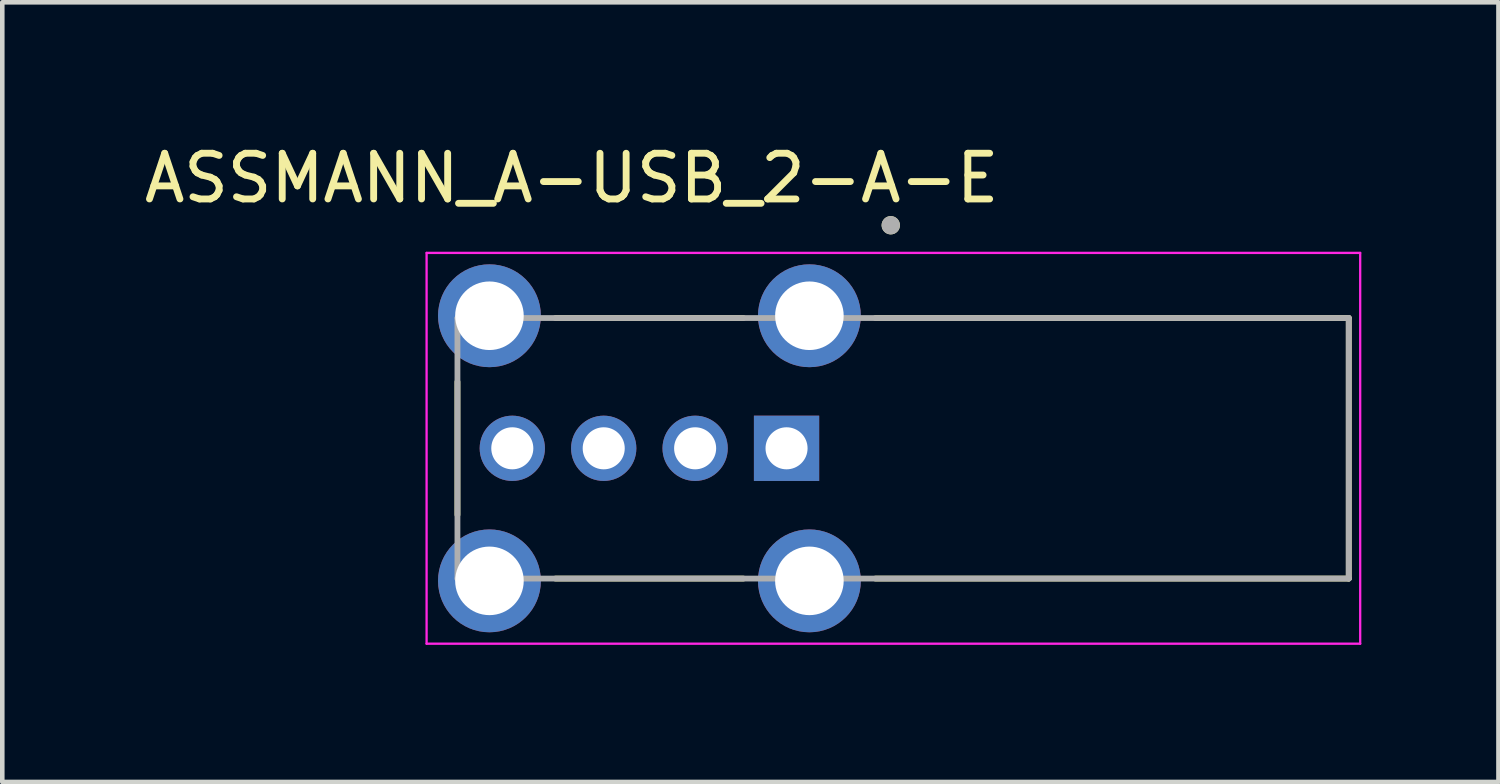
<source format=kicad_pcb>
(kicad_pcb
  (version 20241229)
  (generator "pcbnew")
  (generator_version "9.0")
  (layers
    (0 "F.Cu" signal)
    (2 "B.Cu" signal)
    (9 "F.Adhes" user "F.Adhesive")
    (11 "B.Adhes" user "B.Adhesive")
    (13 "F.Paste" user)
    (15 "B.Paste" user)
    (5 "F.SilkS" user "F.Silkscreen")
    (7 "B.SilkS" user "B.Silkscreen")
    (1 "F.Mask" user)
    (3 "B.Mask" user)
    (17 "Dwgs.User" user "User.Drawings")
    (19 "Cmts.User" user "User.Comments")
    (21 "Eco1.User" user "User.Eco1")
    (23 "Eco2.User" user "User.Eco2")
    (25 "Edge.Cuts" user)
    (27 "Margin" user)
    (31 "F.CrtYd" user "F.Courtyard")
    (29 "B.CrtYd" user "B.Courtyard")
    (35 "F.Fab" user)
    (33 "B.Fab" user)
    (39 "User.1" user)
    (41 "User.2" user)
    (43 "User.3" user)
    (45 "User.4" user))
  (footprint "ASSMANN_A-USB_2-A-E"
    (layer "F.Cu")
    (at 11.158 6.758)
    (property "Reference" "ASSMANN_A-USB_2-A-E" (at -1.7 -5.91 0) (layer "F.SilkS") (effects (font (size 1 1) (thickness 0.15))))
    (attr through_hole)
    (fp_line (start -4.2 -1.455) (end -4.2 1.455) (stroke (width 0.127) (type solid)) (layer "F.SilkS"))
    (fp_line (start -2.055 -2.85) (end 2.055 -2.85) (stroke (width 0.127) (type solid)) (layer "F.SilkS"))
    (fp_line (start -2.055 2.85) (end 2.055 2.85) (stroke (width 0.127) (type solid)) (layer "F.SilkS"))
    (fp_line (start 4.945 -2.85) (end 15.3 -2.85) (stroke (width 0.127) (type solid)) (layer "F.SilkS"))
    (fp_line (start 15.3 -2.85) (end 15.3 2.85) (stroke (width 0.127) (type solid)) (layer "F.SilkS"))
    (fp_line (start 15.3 2.85) (end 4.945 2.85) (stroke (width 0.127) (type solid)) (layer "F.SilkS"))
    (fp_circle (center 5.28 -4.88) (end 5.38 -4.88) (stroke (width 0.2) (type solid)) (fill no) (layer "F.SilkS"))
    (fp_line (start -4.875 -4.275) (end -4.875 4.275) (stroke (width 0.05) (type solid)) (layer "F.CrtYd"))
    (fp_line (start -4.875 4.275) (end 15.55 4.275) (stroke (width 0.05) (type solid)) (layer "F.CrtYd"))
    (fp_line (start 15.55 -4.275) (end -4.875 -4.275) (stroke (width 0.05) (type solid)) (layer "F.CrtYd"))
    (fp_line (start 15.55 4.275) (end 15.55 -4.275) (stroke (width 0.05) (type solid)) (layer "F.CrtYd"))
    (fp_line (start -4.2 -2.85) (end -4.2 2.85) (stroke (width 0.127) (type solid)) (layer "F.Fab"))
    (fp_line (start -4.2 -2.85) (end 15.3 -2.85) (stroke (width 0.127) (type solid)) (layer "F.Fab"))
    (fp_line (start 15.3 -2.85) (end 15.3 2.85) (stroke (width 0.127) (type solid)) (layer "F.Fab"))
    (fp_line (start 15.3 2.85) (end -4.2 2.85) (stroke (width 0.127) (type solid)) (layer "F.Fab"))
    (fp_circle (center 5.28 -4.88) (end 5.38 -4.88) (stroke (width 0.2) (type solid)) (fill no) (layer "F.Fab"))
    (pad "1" thru_hole rect (at 3 0) (size 1.428 1.428) (drill 0.92) (layers "*.Cu" "*.Mask"))
    (pad "2" thru_hole circle (at 1 0) (size 1.428 1.428) (drill 0.92) (layers "*.Cu" "*.Mask"))
    (pad "3" thru_hole circle (at -1 0) (size 1.428 1.428) (drill 0.92) (layers "*.Cu" "*.Mask"))
    (pad "4" thru_hole circle (at -3 0) (size 1.428 1.428) (drill 0.92) (layers "*.Cu" "*.Mask"))
    (pad "SH1" thru_hole circle (at -3.5 -2.9) (size 2.25 2.25) (drill 1.5) (layers "*.Cu" "*.Mask"))
    (pad "SH2" thru_hole circle (at 3.5 -2.9) (size 2.25 2.25) (drill 1.5) (layers "*.Cu" "*.Mask"))
    (pad "SH3" thru_hole circle (at -3.5 2.9) (size 2.25 2.25) (drill 1.5) (layers "*.Cu" "*.Mask"))
    (pad "SH4" thru_hole circle (at 3.5 2.9) (size 2.25 2.25) (drill 1.5) (layers "*.Cu" "*.Mask")))
  (gr_rect
    (start -3 -3)
    (end 29.733 14.058)
    (stroke (width 0.1) (type default))
    (fill no)
    (layer "Edge.Cuts")))
</source>
